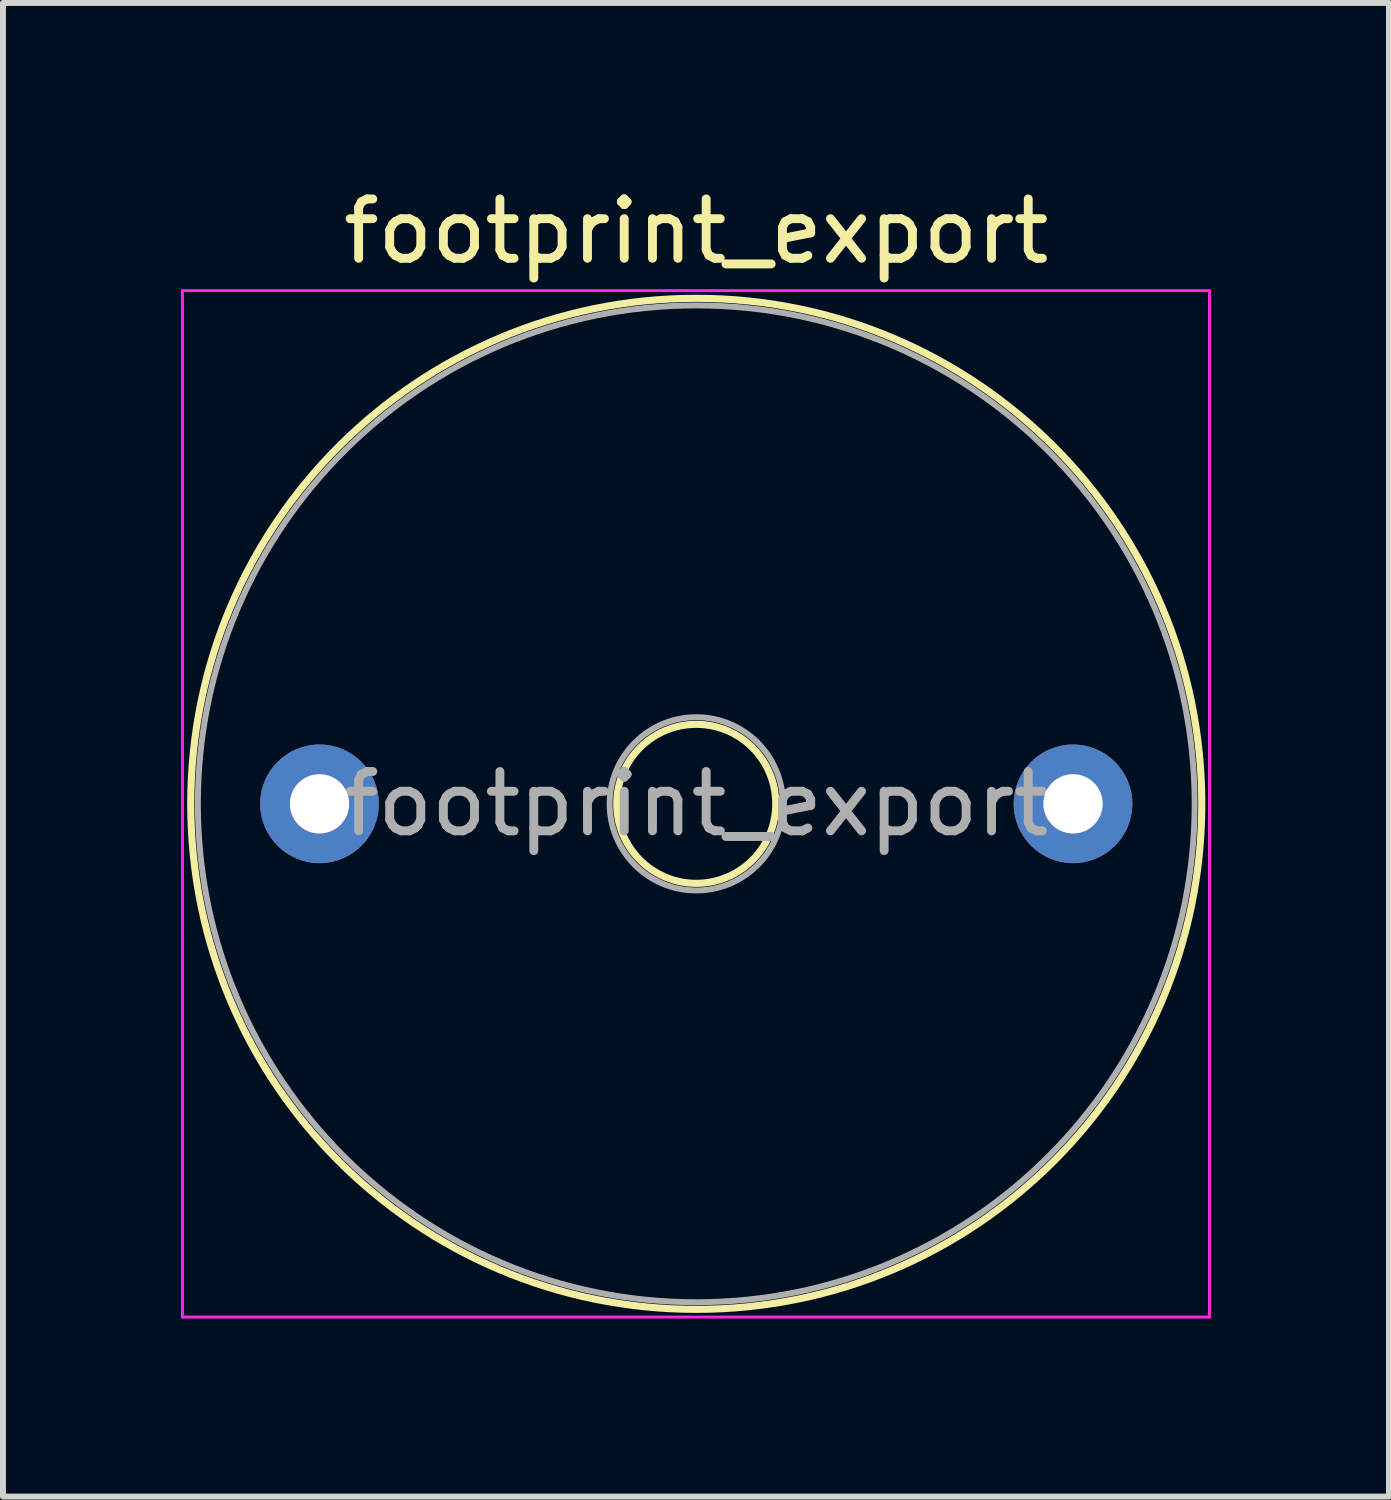
<source format=kicad_pcb>
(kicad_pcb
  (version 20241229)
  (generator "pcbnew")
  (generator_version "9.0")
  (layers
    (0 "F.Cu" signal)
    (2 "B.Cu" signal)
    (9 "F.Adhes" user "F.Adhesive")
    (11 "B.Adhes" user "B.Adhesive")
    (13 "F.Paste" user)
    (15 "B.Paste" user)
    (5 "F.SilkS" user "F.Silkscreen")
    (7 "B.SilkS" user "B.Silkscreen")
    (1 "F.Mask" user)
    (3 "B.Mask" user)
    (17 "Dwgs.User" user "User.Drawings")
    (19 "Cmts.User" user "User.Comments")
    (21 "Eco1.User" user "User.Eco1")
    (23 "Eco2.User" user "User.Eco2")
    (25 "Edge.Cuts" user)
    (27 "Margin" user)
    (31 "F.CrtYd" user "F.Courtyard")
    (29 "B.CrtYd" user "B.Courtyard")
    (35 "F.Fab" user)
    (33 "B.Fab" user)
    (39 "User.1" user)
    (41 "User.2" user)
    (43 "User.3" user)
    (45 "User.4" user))
  (footprint "footprint_export"
    (layer "F.Cu")
    (at 2.335 10.498)
    (property "Reference" "footprint_export" (at 6.35 -9.65 0) (layer "F.SilkS") (effects (font (size 1 1) (thickness 0.15))))
    (attr through_hole)
    (fp_circle (center 6.35 0) (end 7.69 0) (stroke (width 0.12) (type solid)) (fill no) (layer "F.SilkS"))
    (fp_circle (center 6.35 0) (end 14.87 0) (stroke (width 0.12) (type solid)) (fill no) (layer "F.SilkS"))
    (fp_line (start -2.31 -8.65) (end -2.31 8.65) (stroke (width 0.05) (type solid)) (layer "F.CrtYd"))
    (fp_line (start -2.31 8.65) (end 15 8.65) (stroke (width 0.05) (type solid)) (layer "F.CrtYd"))
    (fp_line (start 15 -8.65) (end -2.31 -8.65) (stroke (width 0.05) (type solid)) (layer "F.CrtYd"))
    (fp_line (start 15 8.65) (end 15 -8.65) (stroke (width 0.05) (type solid)) (layer "F.CrtYd"))
    (fp_circle (center 6.35 0) (end 7.81 0) (stroke (width 0.1) (type solid)) (fill no) (layer "F.Fab"))
    (fp_circle (center 6.35 0) (end 14.75 0) (stroke (width 0.1) (type solid)) (fill no) (layer "F.Fab"))
    (fp_text user "${REFERENCE}" (at 6.35 0 0) (layer "F.Fab") (effects (font (size 1 1) (thickness 0.15))))
    (pad "1" thru_hole circle (at 0 0) (size 2 2) (drill 1) (layers "*.Cu" "*.Mask"))
    (pad "2" thru_hole circle (at 12.7 0) (size 2 2) (drill 1) (layers "*.Cu" "*.Mask")))
  (gr_rect
    (start -3 -3)
    (end 20.36 22.173)
    (stroke (width 0.1) (type default))
    (fill no)
    (layer "Edge.Cuts")))
</source>
